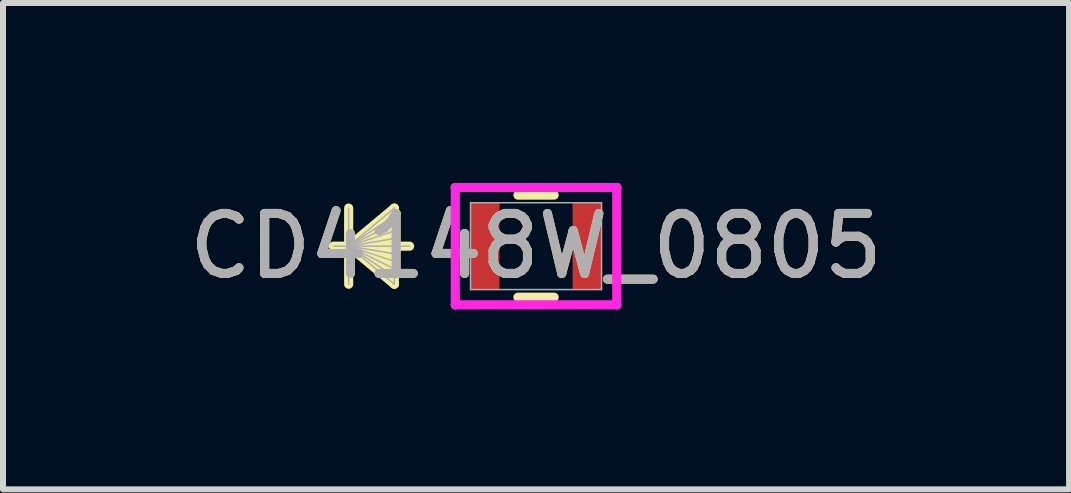
<source format=kicad_pcb>
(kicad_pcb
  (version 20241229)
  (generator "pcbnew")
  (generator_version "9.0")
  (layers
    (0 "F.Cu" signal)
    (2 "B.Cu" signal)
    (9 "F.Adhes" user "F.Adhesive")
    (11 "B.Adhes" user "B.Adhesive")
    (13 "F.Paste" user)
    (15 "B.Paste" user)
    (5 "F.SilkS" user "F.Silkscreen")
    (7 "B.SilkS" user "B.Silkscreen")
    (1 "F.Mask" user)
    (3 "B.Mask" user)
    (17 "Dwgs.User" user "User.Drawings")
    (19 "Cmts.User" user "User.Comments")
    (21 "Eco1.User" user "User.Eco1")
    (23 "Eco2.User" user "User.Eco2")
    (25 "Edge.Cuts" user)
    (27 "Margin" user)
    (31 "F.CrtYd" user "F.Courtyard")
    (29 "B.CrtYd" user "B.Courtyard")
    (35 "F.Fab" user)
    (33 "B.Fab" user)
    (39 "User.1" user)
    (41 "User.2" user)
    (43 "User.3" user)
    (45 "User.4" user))
  (footprint "CD4148W_0805"
    (layer "F.Cu")
    (at 5.887 1.054)
    (property "Reference" "CD4148W_0805" (at 0 0 0) (unlocked yes) (layer "F.SilkS") (effects (font (size 1 1) (thickness 0.15))))
    (attr smd)
    (fp_line (start -3.124 -0.635) (end -3.124 0.635) (stroke (width 0.152) (type solid)) (layer "F.SilkS"))
    (fp_line (start -3.124 0) (end -2.362 -0.635) (stroke (width 0.152) (type solid)) (layer "F.SilkS"))
    (fp_line (start -3.124 0) (end -2.362 -0.508) (stroke (width 0.152) (type solid)) (layer "F.SilkS"))
    (fp_line (start -3.124 0) (end -2.362 -0.381) (stroke (width 0.152) (type solid)) (layer "F.SilkS"))
    (fp_line (start -3.124 0) (end -2.362 -0.254) (stroke (width 0.152) (type solid)) (layer "F.SilkS"))
    (fp_line (start -3.124 0) (end -2.362 -0.127) (stroke (width 0.152) (type solid)) (layer "F.SilkS"))
    (fp_line (start -3.124 0) (end -2.362 0.127) (stroke (width 0.152) (type solid)) (layer "F.SilkS"))
    (fp_line (start -3.124 0) (end -2.362 0.254) (stroke (width 0.152) (type solid)) (layer "F.SilkS"))
    (fp_line (start -3.124 0) (end -2.362 0.381) (stroke (width 0.152) (type solid)) (layer "F.SilkS"))
    (fp_line (start -3.124 0) (end -2.362 0.508) (stroke (width 0.152) (type solid)) (layer "F.SilkS"))
    (fp_line (start -3.124 0) (end -2.362 0.635) (stroke (width 0.152) (type solid)) (layer "F.SilkS"))
    (fp_line (start -2.362 -0.635) (end -2.362 0.635) (stroke (width 0.152) (type solid)) (layer "F.SilkS"))
    (fp_line (start -2.108 0) (end -3.378 0) (stroke (width 0.152) (type solid)) (layer "F.SilkS"))
    (fp_line (start -0.302 0.851) (end 0.302 0.851) (stroke (width 0.152) (type solid)) (layer "F.SilkS"))
    (fp_line (start 0.302 -0.851) (end -0.302 -0.851) (stroke (width 0.152) (type solid)) (layer "F.SilkS"))
    (fp_line (start -1.346 -0.978) (end -1.346 -0.978) (stroke (width 0.152) (type solid)) (layer "F.CrtYd"))
    (fp_line (start -1.346 -0.978) (end -1.346 -0.978) (stroke (width 0.152) (type solid)) (layer "F.CrtYd"))
    (fp_line (start -1.346 -0.978) (end 1.346 -0.978) (stroke (width 0.152) (type solid)) (layer "F.CrtYd"))
    (fp_line (start -1.346 0.978) (end -1.346 -0.978) (stroke (width 0.152) (type solid)) (layer "F.CrtYd"))
    (fp_line (start -1.346 0.978) (end -1.346 0.978) (stroke (width 0.152) (type solid)) (layer "F.CrtYd"))
    (fp_line (start -1.346 0.978) (end -1.346 0.978) (stroke (width 0.152) (type solid)) (layer "F.CrtYd"))
    (fp_line (start 1.346 -0.978) (end 1.346 -0.978) (stroke (width 0.152) (type solid)) (layer "F.CrtYd"))
    (fp_line (start 1.346 -0.978) (end 1.346 -0.978) (stroke (width 0.152) (type solid)) (layer "F.CrtYd"))
    (fp_line (start 1.346 -0.978) (end 1.346 0.978) (stroke (width 0.152) (type solid)) (layer "F.CrtYd"))
    (fp_line (start 1.346 0.978) (end -1.346 0.978) (stroke (width 0.152) (type solid)) (layer "F.CrtYd"))
    (fp_line (start 1.346 0.978) (end 1.346 0.978) (stroke (width 0.152) (type solid)) (layer "F.CrtYd"))
    (fp_line (start 1.346 0.978) (end 1.346 0.978) (stroke (width 0.152) (type solid)) (layer "F.CrtYd"))
    (fp_line (start -3.124 -0.635) (end -3.124 0.635) (stroke (width 0.025) (type solid)) (layer "F.Fab"))
    (fp_line (start -3.124 0) (end -2.362 -0.635) (stroke (width 0.025) (type solid)) (layer "F.Fab"))
    (fp_line (start -3.124 0) (end -2.362 -0.508) (stroke (width 0.025) (type solid)) (layer "F.Fab"))
    (fp_line (start -3.124 0) (end -2.362 -0.381) (stroke (width 0.025) (type solid)) (layer "F.Fab"))
    (fp_line (start -3.124 0) (end -2.362 -0.254) (stroke (width 0.025) (type solid)) (layer "F.Fab"))
    (fp_line (start -3.124 0) (end -2.362 -0.127) (stroke (width 0.025) (type solid)) (layer "F.Fab"))
    (fp_line (start -3.124 0) (end -2.362 0.127) (stroke (width 0.025) (type solid)) (layer "F.Fab"))
    (fp_line (start -3.124 0) (end -2.362 0.254) (stroke (width 0.025) (type solid)) (layer "F.Fab"))
    (fp_line (start -3.124 0) (end -2.362 0.381) (stroke (width 0.025) (type solid)) (layer "F.Fab"))
    (fp_line (start -3.124 0) (end -2.362 0.508) (stroke (width 0.025) (type solid)) (layer "F.Fab"))
    (fp_line (start -3.124 0) (end -2.362 0.635) (stroke (width 0.025) (type solid)) (layer "F.Fab"))
    (fp_line (start -2.362 -0.635) (end -2.362 0.635) (stroke (width 0.025) (type solid)) (layer "F.Fab"))
    (fp_line (start -2.108 0) (end -3.378 0) (stroke (width 0.025) (type solid)) (layer "F.Fab"))
    (fp_line (start -1.092 -0.724) (end -1.092 0.724) (stroke (width 0.025) (type solid)) (layer "F.Fab"))
    (fp_line (start -1.092 0.724) (end 1.092 0.724) (stroke (width 0.025) (type solid)) (layer "F.Fab"))
    (fp_line (start 1.092 -0.724) (end -1.092 -0.724) (stroke (width 0.025) (type solid)) (layer "F.Fab"))
    (fp_line (start 1.092 0.724) (end 1.092 -0.724) (stroke (width 0.025) (type solid)) (layer "F.Fab"))
    (fp_text user "${REFERENCE}" (at 0 0 0) (unlocked yes) (layer "F.Fab") (effects (font (size 1 1) (thickness 0.15))))
    (pad "1" smd rect (at -0.851 0) (size 0.483 1.448) (layers "F.Cu" "F.Mask" "F.Paste"))
    (pad "2" smd rect (at 0.851 0) (size 0.483 1.448) (layers "F.Cu" "F.Mask" "F.Paste"))
    (zone (net_name "") (layer "F.Cu") (hatch full 0.508) (connect_pads) (min_thickness 0.254) (filled_areas_thickness no) (keepout (tracks not_allowed) (vias not_allowed) (pads allowed) (copperpour not_allowed) (footprints allowed)) (placement (enabled no)) (fill) (polygon (pts (xy 5.328 0.381) (xy 6.446 0.381) (xy 6.446 1.727) (xy 5.328 1.727)))))
  (gr_rect
    (start -3 -3)
    (end 14.774 5.108)
    (stroke (width 0.1) (type default))
    (fill no)
    (layer "Edge.Cuts")))
</source>
